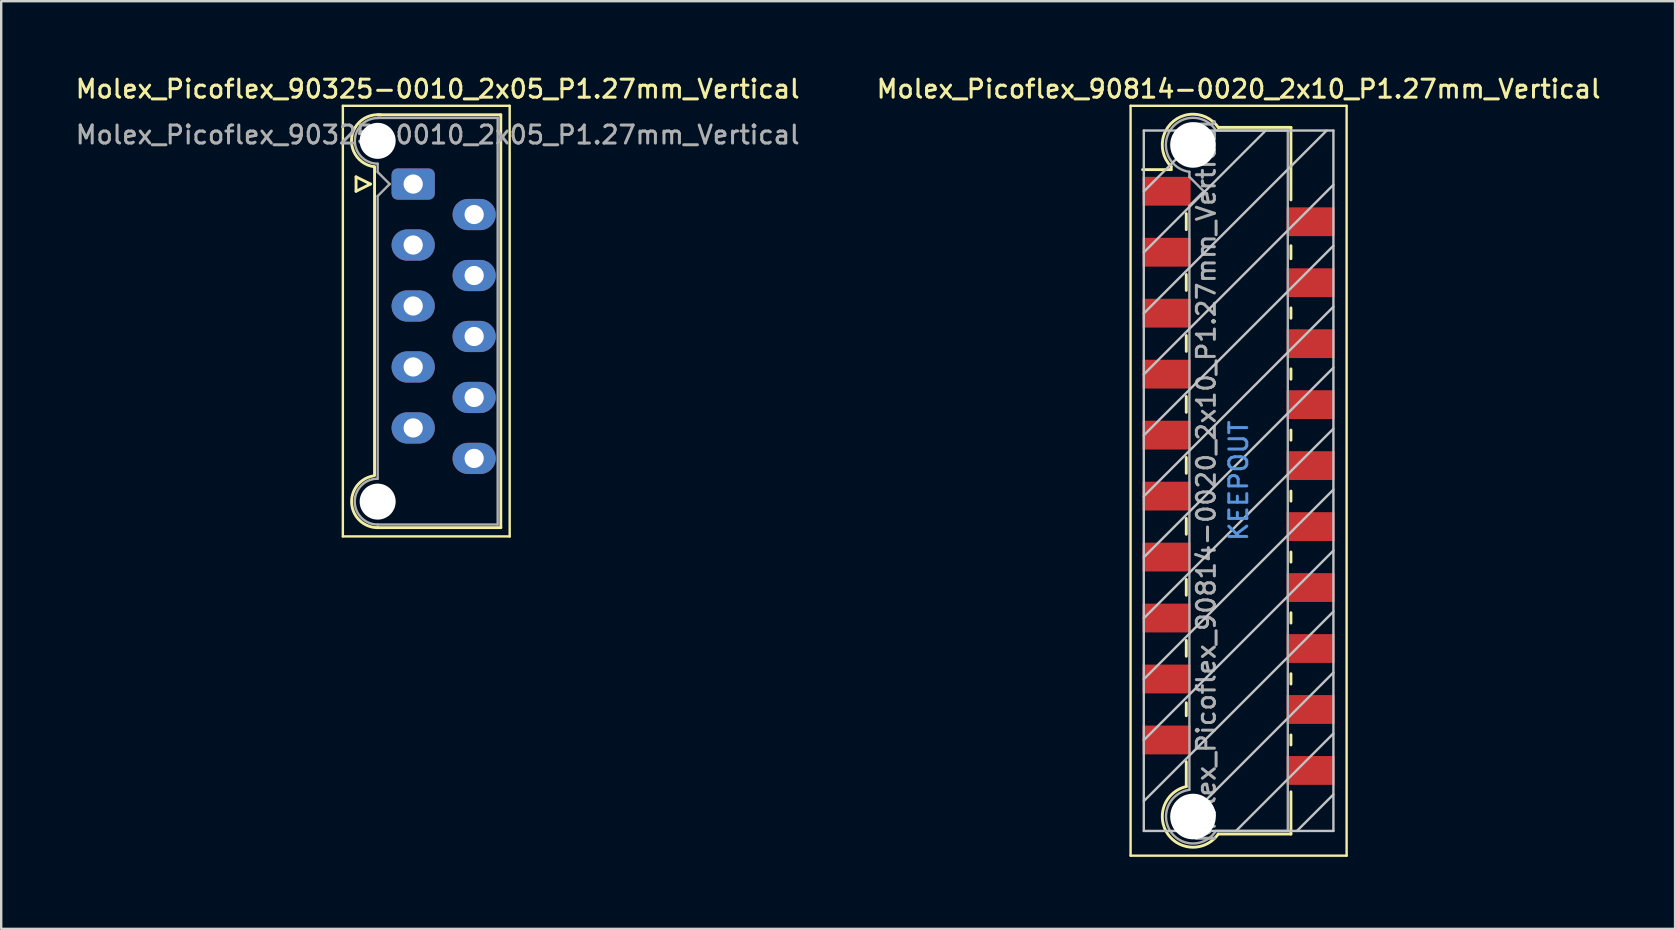
<source format=kicad_pcb>
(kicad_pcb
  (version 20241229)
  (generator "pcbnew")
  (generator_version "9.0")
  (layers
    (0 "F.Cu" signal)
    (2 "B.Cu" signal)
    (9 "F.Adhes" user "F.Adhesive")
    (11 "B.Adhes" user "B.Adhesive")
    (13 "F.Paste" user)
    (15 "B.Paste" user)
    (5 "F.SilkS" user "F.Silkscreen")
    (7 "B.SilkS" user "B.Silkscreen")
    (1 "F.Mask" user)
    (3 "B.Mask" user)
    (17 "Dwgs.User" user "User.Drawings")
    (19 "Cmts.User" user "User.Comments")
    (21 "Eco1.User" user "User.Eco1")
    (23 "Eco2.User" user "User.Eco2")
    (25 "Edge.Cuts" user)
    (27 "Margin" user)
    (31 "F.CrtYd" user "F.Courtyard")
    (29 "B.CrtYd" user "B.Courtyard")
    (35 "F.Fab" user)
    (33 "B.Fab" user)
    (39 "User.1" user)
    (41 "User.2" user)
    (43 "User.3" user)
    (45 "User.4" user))
  (footprint "Molex_Picoflex_90814-0020_2x10_P1.27mm_Vertical"
    (layer "F.Cu")
    (at 48.552 16.978)
    (property "Reference" "Molex_Picoflex_90814-0020_2x10_P1.27mm_Vertical" (at 0 -16.32 0) (layer "F.SilkS") (effects (font (size 0.75 0.75) (thickness 0.125))))
    (attr smd)
    (fp_line (start -4.5 -15.62) (end -4.5 15.62) (stroke (width 0.1) (type solid)) (layer "F.SilkS"))
    (fp_line (start -4.5 15.62) (end 4.5 15.62) (stroke (width 0.1) (type solid)) (layer "F.SilkS"))
    (fp_line (start -2.81 -13.09) (end -2.81 -12.96) (stroke (width 0.12) (type solid)) (layer "F.SilkS"))
    (fp_line (start -2.81 -12.96) (end -4 -12.96) (stroke (width 0.12) (type solid)) (layer "F.SilkS"))
    (fp_line (start -2.18 -10.46) (end -2.18 -11.13) (stroke (width 0.12) (type solid)) (layer "F.SilkS"))
    (fp_line (start -2.18 -7.93) (end -2.18 -8.59) (stroke (width 0.12) (type solid)) (layer "F.SilkS"))
    (fp_line (start -2.18 -5.39) (end -2.18 -6.05) (stroke (width 0.12) (type solid)) (layer "F.SilkS"))
    (fp_line (start -2.18 -2.85) (end -2.18 -3.51) (stroke (width 0.12) (type solid)) (layer "F.SilkS"))
    (fp_line (start -2.18 -0.31) (end -2.18 -0.97) (stroke (width 0.12) (type solid)) (layer "F.SilkS"))
    (fp_line (start -2.18 2.23) (end -2.18 1.57) (stroke (width 0.12) (type solid)) (layer "F.SilkS"))
    (fp_line (start -2.18 4.77) (end -2.18 4.11) (stroke (width 0.12) (type solid)) (layer "F.SilkS"))
    (fp_line (start -2.18 7.31) (end -2.18 6.65) (stroke (width 0.12) (type solid)) (layer "F.SilkS"))
    (fp_line (start -2.18 9.79) (end -2.18 9.25) (stroke (width 0.12) (type solid)) (layer "F.SilkS"))
    (fp_line (start -2.18 12.74) (end -2.18 11.7) (stroke (width 0.12) (type solid)) (layer "F.SilkS"))
    (fp_line (start 2.18 -14.72) (end -0.82 -14.72) (stroke (width 0.12) (type solid)) (layer "F.SilkS"))
    (fp_line (start 2.18 -14.72) (end 2.18 -11.7) (stroke (width 0.12) (type solid)) (layer "F.SilkS"))
    (fp_line (start 2.18 -9.79) (end 2.18 -9.25) (stroke (width 0.12) (type solid)) (layer "F.SilkS"))
    (fp_line (start 2.18 -7.2) (end 2.18 -6.77) (stroke (width 0.12) (type solid)) (layer "F.SilkS"))
    (fp_line (start 2.18 -4.66) (end 2.18 -4.23) (stroke (width 0.12) (type solid)) (layer "F.SilkS"))
    (fp_line (start 2.18 -2.11) (end 2.18 -1.69) (stroke (width 0.12) (type solid)) (layer "F.SilkS"))
    (fp_line (start 2.18 0.43) (end 2.18 0.85) (stroke (width 0.12) (type solid)) (layer "F.SilkS"))
    (fp_line (start 2.18 2.97) (end 2.18 3.39) (stroke (width 0.12) (type solid)) (layer "F.SilkS"))
    (fp_line (start 2.18 5.5) (end 2.18 5.93) (stroke (width 0.12) (type solid)) (layer "F.SilkS"))
    (fp_line (start 2.18 8.04) (end 2.18 8.47) (stroke (width 0.12) (type solid)) (layer "F.SilkS"))
    (fp_line (start 2.18 10.59) (end 2.18 11.01) (stroke (width 0.12) (type solid)) (layer "F.SilkS"))
    (fp_line (start 2.18 12.96) (end 2.18 14.72) (stroke (width 0.12) (type solid)) (layer "F.SilkS"))
    (fp_line (start 2.18 14.72) (end -0.85 14.72) (stroke (width 0.12) (type solid)) (layer "F.SilkS"))
    (fp_line (start 4.5 -15.62) (end -4.5 -15.62) (stroke (width 0.1) (type solid)) (layer "F.SilkS"))
    (fp_line (start 4.5 15.62) (end 4.5 -15.62) (stroke (width 0.1) (type solid)) (layer "F.SilkS"))
    (fp_arc (start -2.81 -13.09) (mid -2.708637 -14.982072) (end -0.834991 -14.699828) (stroke (width 0.12) (type solid)) (layer "F.SilkS"))
    (fp_arc (start -0.85 14.72) (mid -2.962791 14.701248) (end -2.174424 12.740964) (stroke (width 0.12) (type solid)) (layer "F.SilkS"))
    (fp_line (start -3.95 -14.59) (end -3.95 14.59) (stroke (width 0.1) (type solid)) (layer "Dwgs.User"))
    (fp_line (start -3.95 -12.05) (end -1.41 -14.59) (stroke (width 0.1) (type solid)) (layer "Dwgs.User"))
    (fp_line (start -3.95 -9.51) (end 1.13 -14.59) (stroke (width 0.1) (type solid)) (layer "Dwgs.User"))
    (fp_line (start -3.95 -6.97) (end 3.67 -14.59) (stroke (width 0.1) (type solid)) (layer "Dwgs.User"))
    (fp_line (start -3.95 -4.43) (end 3.95 -12.33) (stroke (width 0.1) (type solid)) (layer "Dwgs.User"))
    (fp_line (start -3.95 -1.89) (end 3.95 -9.79) (stroke (width 0.1) (type solid)) (layer "Dwgs.User"))
    (fp_line (start -3.95 0.65) (end 3.95 -7.25) (stroke (width 0.1) (type solid)) (layer "Dwgs.User"))
    (fp_line (start -3.95 3.19) (end 3.95 -4.71) (stroke (width 0.1) (type solid)) (layer "Dwgs.User"))
    (fp_line (start -3.95 5.73) (end 3.95 -2.17) (stroke (width 0.1) (type solid)) (layer "Dwgs.User"))
    (fp_line (start -3.95 8.27) (end 3.95 0.37) (stroke (width 0.1) (type solid)) (layer "Dwgs.User"))
    (fp_line (start -3.95 10.81) (end 3.95 2.91) (stroke (width 0.1) (type solid)) (layer "Dwgs.User"))
    (fp_line (start -3.95 13.35) (end 3.95 5.45) (stroke (width 0.1) (type solid)) (layer "Dwgs.User"))
    (fp_line (start -3.95 14.59) (end 3.95 14.59) (stroke (width 0.1) (type solid)) (layer "Dwgs.User"))
    (fp_line (start -2.65 14.59) (end 3.95 7.99) (stroke (width 0.1) (type solid)) (layer "Dwgs.User"))
    (fp_line (start -0.11 14.59) (end 3.95 10.53) (stroke (width 0.1) (type solid)) (layer "Dwgs.User"))
    (fp_line (start 2.43 14.59) (end 3.95 13.07) (stroke (width 0.1) (type solid)) (layer "Dwgs.User"))
    (fp_line (start 3.95 -14.59) (end -3.95 -14.59) (stroke (width 0.1) (type solid)) (layer "Dwgs.User"))
    (fp_line (start 3.95 14.59) (end 3.95 -14.59) (stroke (width 0.1) (type solid)) (layer "Dwgs.User"))
    (fp_line (start -2.05 -12.66) (end -2.05 -12.87) (stroke (width 0.1) (type solid)) (layer "F.Fab"))
    (fp_line (start -2.05 -11.46) (end -1.45 -12.06) (stroke (width 0.1) (type solid)) (layer "F.Fab"))
    (fp_line (start -2.05 12.87) (end -2.05 -11.46) (stroke (width 0.1) (type solid)) (layer "F.Fab"))
    (fp_line (start -1.45 -12.06) (end -2.05 -12.66) (stroke (width 0.1) (type solid)) (layer "F.Fab"))
    (fp_line (start 2.05 -14.59) (end -0.93 -14.59) (stroke (width 0.1) (type solid)) (layer "F.Fab"))
    (fp_line (start 2.05 -14.59) (end 2.05 14.59) (stroke (width 0.1) (type solid)) (layer "F.Fab"))
    (fp_line (start 2.05 14.59) (end -0.95 14.59) (stroke (width 0.1) (type solid)) (layer "F.Fab"))
    (fp_arc (start -2.05 -12.87) (mid -2.851672 -14.599279) (end -0.945612 -14.595015) (stroke (width 0.1) (type solid)) (layer "F.Fab"))
    (fp_arc (start -0.95 14.59) (mid -2.845272 14.597422) (end -2.051022 12.876585) (stroke (width 0.1) (type solid)) (layer "F.Fab"))
    (fp_text user "KEEPOUT" (at 0 0 90) (layer "Cmts.User") (effects (font (size 0.75 0.75) (thickness 0.125))))
    (fp_text user "${REFERENCE}" (at -1.35 0 90) (layer "F.Fab") (effects (font (size 0.75 0.75) (thickness 0.125))))
    (pad "" np_thru_hole circle (at -1.9 -13.99) (size 1.9 1.9) (drill 1.9) (layers "*.Cu" "*.Mask"))
    (pad "" np_thru_hole circle (at -1.9 13.99) (size 1.9 1.9) (drill 1.9) (layers "*.Cu" "*.Mask"))
    (pad "1" smd rect (at -3 -12.06) (size 2 1.2) (layers "F.Cu" "F.Mask" "F.Paste"))
    (pad "2" smd rect (at 3 -10.79) (size 2 1.2) (layers "F.Cu" "F.Mask" "F.Paste"))
    (pad "3" smd rect (at -3 -9.52) (size 2 1.2) (layers "F.Cu" "F.Mask" "F.Paste"))
    (pad "4" smd rect (at 3 -8.25) (size 2 1.2) (layers "F.Cu" "F.Mask" "F.Paste"))
    (pad "5" smd rect (at -3 -6.98) (size 2 1.2) (layers "F.Cu" "F.Mask" "F.Paste"))
    (pad "6" smd rect (at 3 -5.71) (size 2 1.2) (layers "F.Cu" "F.Mask" "F.Paste"))
    (pad "7" smd rect (at -3 -4.44) (size 2 1.2) (layers "F.Cu" "F.Mask" "F.Paste"))
    (pad "8" smd rect (at 3 -3.17) (size 2 1.2) (layers "F.Cu" "F.Mask" "F.Paste"))
    (pad "9" smd rect (at -3 -1.9) (size 2 1.2) (layers "F.Cu" "F.Mask" "F.Paste"))
    (pad "10" smd rect (at 3 -0.63) (size 2 1.2) (layers "F.Cu" "F.Mask" "F.Paste"))
    (pad "11" smd rect (at -3 0.64) (size 2 1.2) (layers "F.Cu" "F.Mask" "F.Paste"))
    (pad "12" smd rect (at 3 1.91) (size 2 1.2) (layers "F.Cu" "F.Mask" "F.Paste"))
    (pad "13" smd rect (at -3 3.18) (size 2 1.2) (layers "F.Cu" "F.Mask" "F.Paste"))
    (pad "14" smd rect (at 3 4.45) (size 2 1.2) (layers "F.Cu" "F.Mask" "F.Paste"))
    (pad "15" smd rect (at -3 5.72) (size 2 1.2) (layers "F.Cu" "F.Mask" "F.Paste"))
    (pad "16" smd rect (at 3 6.99) (size 2 1.2) (layers "F.Cu" "F.Mask" "F.Paste"))
    (pad "17" smd rect (at -3 8.26) (size 2 1.2) (layers "F.Cu" "F.Mask" "F.Paste"))
    (pad "18" smd rect (at 3 9.53) (size 2 1.2) (layers "F.Cu" "F.Mask" "F.Paste"))
    (pad "19" smd rect (at -3 10.8) (size 2 1.2) (layers "F.Cu" "F.Mask" "F.Paste"))
    (pad "20" smd rect (at 3 12.07) (size 2 1.2) (layers "F.Cu" "F.Mask" "F.Paste")))
  (footprint "Molex_Picoflex_90325-0010_2x05_P1.27mm_Vertical"
    (layer "F.Cu")
    (at 14.164 4.618)
    (property "Reference" "Molex_Picoflex_90325-0010_2x05_P1.27mm_Vertical" (at 1.02 -3.96 0) (layer "F.SilkS") (effects (font (size 0.75 0.75) (thickness 0.125))))
    (attr through_hole)
    (fp_line (start -2.93 -3.26) (end -2.93 14.68) (stroke (width 0.1) (type solid)) (layer "F.SilkS"))
    (fp_line (start -2.93 14.68) (end 4.02 14.68) (stroke (width 0.1) (type solid)) (layer "F.SilkS"))
    (fp_line (start -2.38 -0.3) (end -2.38 0.3) (stroke (width 0.12) (type solid)) (layer "F.SilkS"))
    (fp_line (start -2.38 0.3) (end -1.78 0) (stroke (width 0.12) (type solid)) (layer "F.SilkS"))
    (fp_line (start -1.78 0) (end -2.38 -0.3) (stroke (width 0.12) (type solid)) (layer "F.SilkS"))
    (fp_line (start -1.61 -0.715) (end -1.61 12.145) (stroke (width 0.12) (type solid)) (layer "F.SilkS"))
    (fp_line (start -1.48 -2.885) (end 3.65 -2.885) (stroke (width 0.12) (type solid)) (layer "F.SilkS"))
    (fp_line (start 3.65 -2.885) (end 3.65 14.315) (stroke (width 0.12) (type solid)) (layer "F.SilkS"))
    (fp_line (start 3.65 14.315) (end -1.48 14.315) (stroke (width 0.12) (type solid)) (layer "F.SilkS"))
    (fp_line (start 4.02 -3.26) (end -2.93 -3.26) (stroke (width 0.1) (type solid)) (layer "F.SilkS"))
    (fp_line (start 4.02 14.68) (end 4.02 -3.26) (stroke (width 0.1) (type solid)) (layer "F.SilkS"))
    (fp_arc (start -1.61 -0.72) (mid -2.56 -1.93) (end -1.35 -2.88) (stroke (width 0.12) (type solid)) (layer "F.SilkS"))
    (fp_arc (start -1.47 14.315) (mid -2.56 13.334526) (end -1.678256 12.16322) (stroke (width 0.12) (type solid)) (layer "F.SilkS"))
    (fp_line (start -1.48 -2.755) (end 3.52 -2.755) (stroke (width 0.1) (type solid)) (layer "F.Fab"))
    (fp_line (start -1.48 -0.845) (end -1.48 -0.5) (stroke (width 0.1) (type solid)) (layer "F.Fab"))
    (fp_line (start -1.48 -0.5) (end -0.98 0) (stroke (width 0.1) (type solid)) (layer "F.Fab"))
    (fp_line (start -1.48 0.5) (end -1.48 12.275) (stroke (width 0.1) (type solid)) (layer "F.Fab"))
    (fp_line (start -0.98 0) (end -1.48 0.5) (stroke (width 0.1) (type solid)) (layer "F.Fab"))
    (fp_line (start 3.52 -2.755) (end 3.52 14.185) (stroke (width 0.1) (type solid)) (layer "F.Fab"))
    (fp_line (start 3.52 14.185) (end -1.48 14.185) (stroke (width 0.1) (type solid)) (layer "F.Fab"))
    (fp_arc (start -1.48 -0.85) (mid -2.43 -1.8) (end -1.48 -2.75) (stroke (width 0.1) (type solid)) (layer "F.Fab"))
    (fp_arc (start -1.48 14.185) (mid -2.435 13.23) (end -1.48 12.275) (stroke (width 0.1) (type solid)) (layer "F.Fab"))
    (fp_text user "${REFERENCE}" (at 1.02 -2.05 0) (layer "F.Fab") (effects (font (size 0.75 0.75) (thickness 0.125))))
    (pad "" np_thru_hole circle (at -1.48 -1.8) (size 1.5 1.5) (drill 1.5) (layers "*.Cu" "*.Mask"))
    (pad "" np_thru_hole circle (at -1.48 13.23) (size 1.5 1.5) (drill 1.5) (layers "*.Cu" "*.Mask"))
    (pad "1" thru_hole roundrect (at 0 0) (size 1.8 1.3) (drill 0.8) (layers "*.Cu" "*.Mask") (roundrect_rratio 0.192))
    (pad "2" thru_hole oval (at 2.54 1.27) (size 1.8 1.3) (drill 0.8) (layers "*.Cu" "*.Mask"))
    (pad "3" thru_hole oval (at 0 2.54) (size 1.8 1.3) (drill 0.8) (layers "*.Cu" "*.Mask"))
    (pad "4" thru_hole oval (at 2.54 3.81) (size 1.8 1.3) (drill 0.8) (layers "*.Cu" "*.Mask"))
    (pad "5" thru_hole oval (at 0 5.08) (size 1.8 1.3) (drill 0.8) (layers "*.Cu" "*.Mask"))
    (pad "6" thru_hole oval (at 2.54 6.35) (size 1.8 1.3) (drill 0.8) (layers "*.Cu" "*.Mask"))
    (pad "7" thru_hole oval (at 0 7.62) (size 1.8 1.3) (drill 0.8) (layers "*.Cu" "*.Mask"))
    (pad "8" thru_hole oval (at 2.54 8.89) (size 1.8 1.3) (drill 0.8) (layers "*.Cu" "*.Mask"))
    (pad "9" thru_hole oval (at 0 10.16) (size 1.8 1.3) (drill 0.8) (layers "*.Cu" "*.Mask"))
    (pad "10" thru_hole oval (at 2.54 11.43) (size 1.8 1.3) (drill 0.8) (layers "*.Cu" "*.Mask")))
  (gr_rect
    (start -3 -3)
    (end 66.736 35.648)
    (stroke (width 0.1) (type default))
    (fill no)
    (layer "Edge.Cuts")))
</source>
